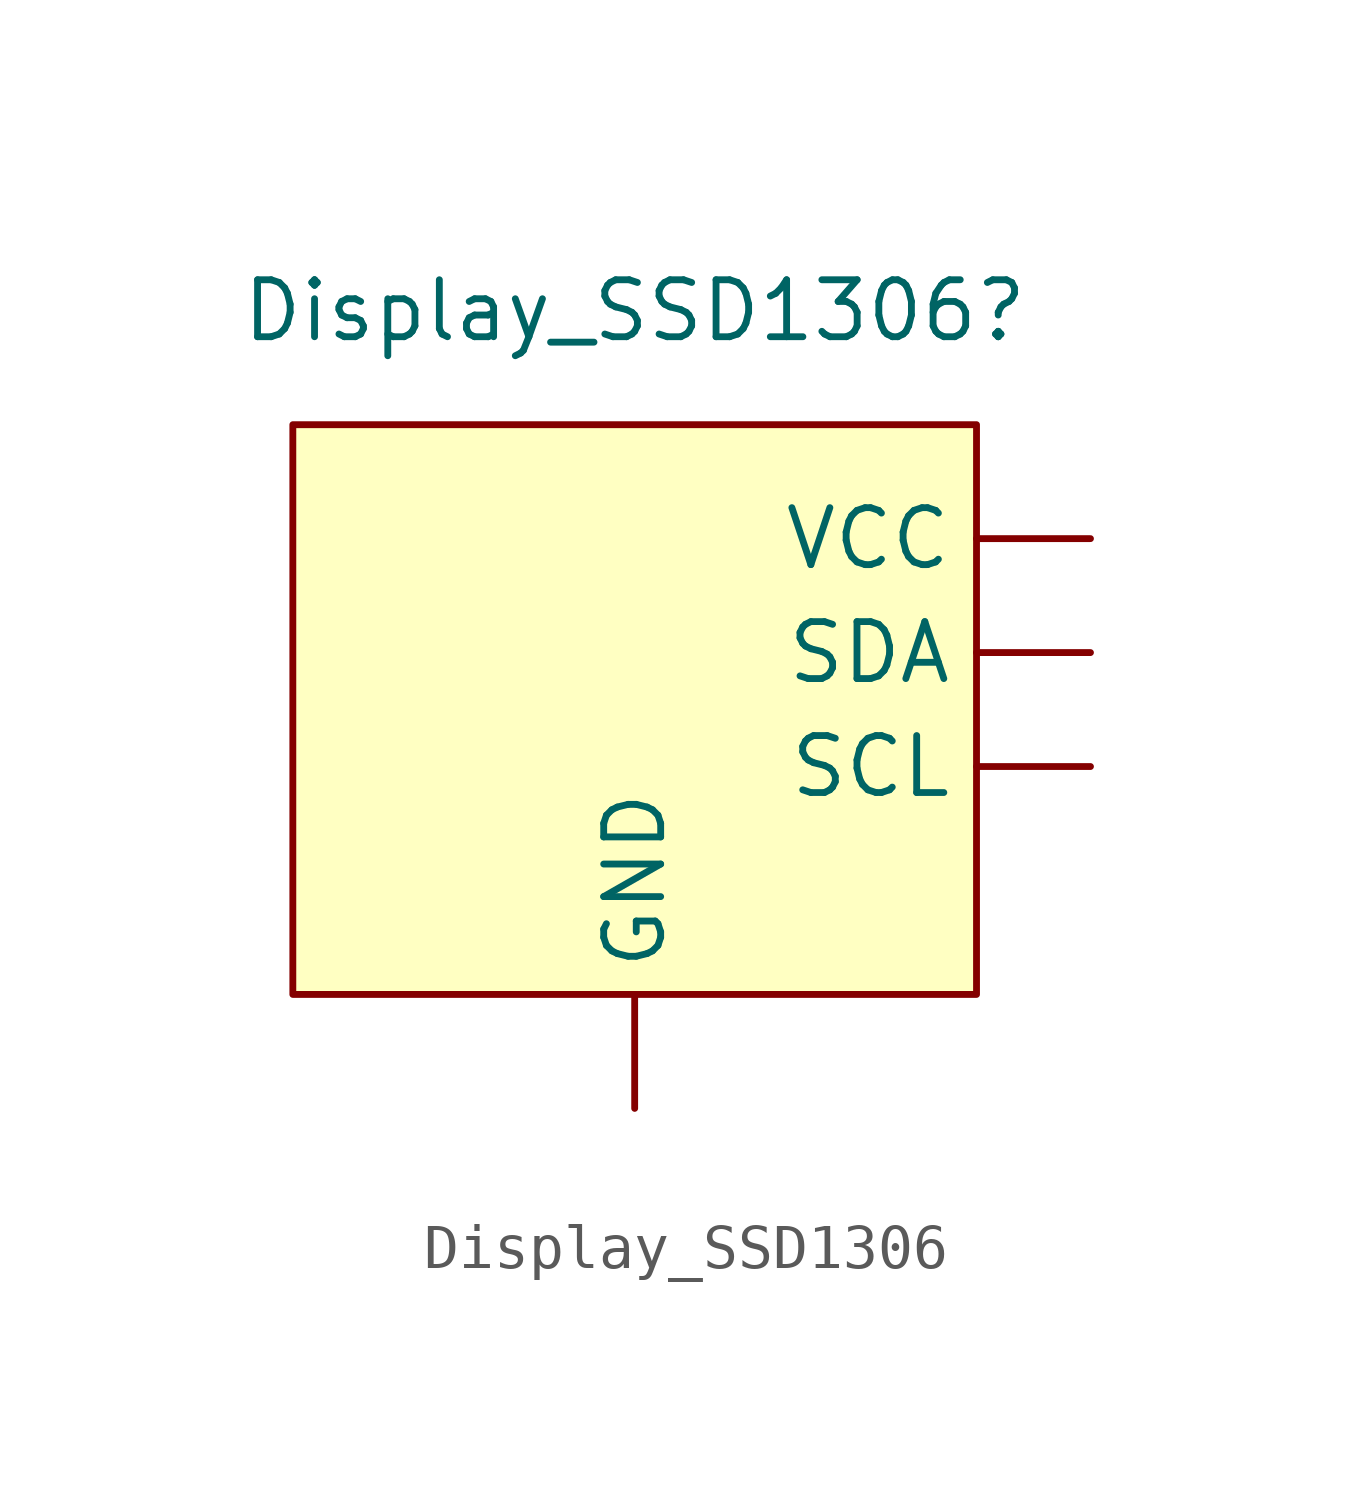
<source format=kicad_sym>
(kicad_symbol_lib
  (version 20220914)
  (generator kicad_symbol_editor)
  (symbol "Display_SSD1306"
    (property "Reference" "Display_SSD1306"
      (at 3.81 1.27 0)
      (effects (font (size 1.27 1.27))))
    (property "Value" ""
      (at 0 0 0)
      (effects (font (size 1.27 1.27))))
    (symbol "Display_SSD1306_1_1"
      (rectangle (start -3.81 -1.27) (end 11.43 -13.97) (stroke (width 0) (type default)) (fill (type background)))
      (pin input line (at 3.81 -16.51 90) (length 2.54) (name "GND" (effects (font (size 1.27 1.27)))) (number "" (effects (font (size 1.27 1.27)))))
      (pin input line (at 13.97 -8.89 180) (length 2.54) (name "SCL" (effects (font (size 1.27 1.27)))) (number "" (effects (font (size 1.27 1.27)))))
      (pin input line (at 13.97 -6.35 180) (length 2.54) (name "SDA" (effects (font (size 1.27 1.27)))) (number "" (effects (font (size 1.27 1.27)))))
      (pin input line (at 13.97 -3.81 180) (length 2.54) (name "VCC" (effects (font (size 1.27 1.27)))) (number "" (effects (font (size 1.27 1.27))))))))
</source>
